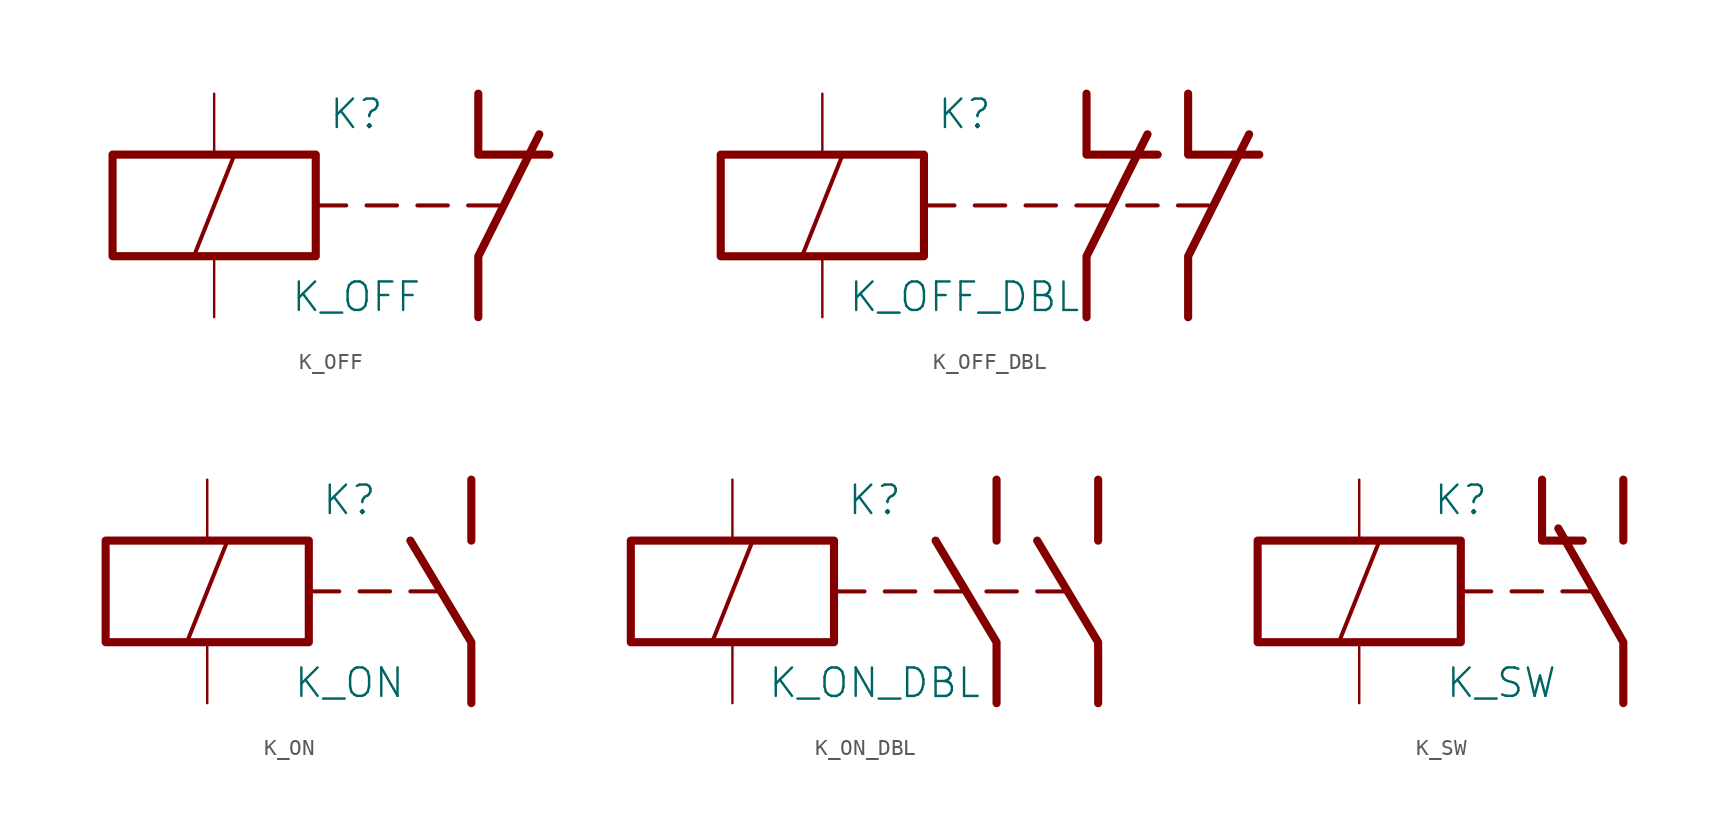
<source format=kicad_sym>
(kicad_symbol_lib
  (version 20211014)
  (generator kicad_symbol_editor)
  (symbol "K_OFF"
    (pin_names
      (offset 0))
    (property "Reference" "K"
      (at 2.54 5.08 0)
      (effects (font (size 1.778 1.778))))
    (property "Value" "K_OFF"
      (at 2.54 -6.35 0)
      (effects (font (size 1.778 1.778))))
    (symbol "K_OFF_0_1"
      (rectangle (start -12.7 2.54) (end 0 -3.81) (stroke (width 0.508) (type default) (color 0 0 0 0)) (fill (type none)))
      (polyline (pts (xy -6.35 -3.81) (xy -6.35 -7.62)) (stroke (width 0) (type default) (color 0 0 0 0)) (fill (type none)))
      (polyline (pts (xy -6.35 6.35) (xy -6.35 2.54)) (stroke (width 0) (type default) (color 0 0 0 0)) (fill (type none)))
      (polyline (pts (xy -5.08 2.54) (xy -7.62 -3.81)) (stroke (width 0.254) (type default) (color 0 0 0 0)) (fill (type none)))
      (polyline (pts (xy 0 -0.635) (xy 1.905 -0.635)) (stroke (width 0.254) (type default) (color 0 0 0 0)) (fill (type none)))
      (polyline (pts (xy 3.175 -0.635) (xy 5.08 -0.635)) (stroke (width 0.254) (type default) (color 0 0 0 0)) (fill (type none)))
      (polyline (pts (xy 6.35 -0.635) (xy 8.255 -0.635)) (stroke (width 0.254) (type default) (color 0 0 0 0)) (fill (type none)))
      (polyline (pts (xy 9.525 -0.635) (xy 11.43 -0.635)) (stroke (width 0.254) (type default) (color 0 0 0 0)) (fill (type none)))
      (polyline (pts (xy 10.16 -7.62) (xy 10.16 -3.81) (xy 13.97 3.81)) (stroke (width 0.508) (type default) (color 0 0 0 0)) (fill (type none)))
      (polyline (pts (xy 10.16 6.35) (xy 10.16 2.54) (xy 14.605 2.54)) (stroke (width 0.508) (type default) (color 0 0 0 0)) (fill (type none))))
    (symbol "K_OFF_1_1"
      (pin passive line (at -6.35 6.35 270) (length 2.54) hide (name "~" (effects (font (size 1.27 1.27)))) (number "1" (effects (font (size 1.27 1.27)))))
      (pin passive line (at -6.35 -7.62 90) (length 2.54) hide (name "~" (effects (font (size 1.27 1.27)))) (number "2" (effects (font (size 1.27 1.27)))))
      (pin passive line (at 10.16 6.35 270) (length 2.54) hide (name "~" (effects (font (size 1.27 1.27)))) (number "3" (effects (font (size 1.27 1.27)))))
      (pin passive line (at 10.16 -7.62 90) (length 2.54) hide (name "~" (effects (font (size 1.27 1.27)))) (number "4" (effects (font (size 1.27 1.27)))))))
  (symbol "K_OFF_DBL"
    (pin_names
      (offset 0))
    (property "Reference" "K"
      (at 2.54 5.08 0)
      (effects (font (size 1.778 1.778))))
    (property "Value" "K_OFF_DBL"
      (at 2.54 -6.35 0)
      (effects (font (size 1.778 1.778))))
    (symbol "K_OFF_DBL_0_1"
      (rectangle (start -12.7 2.54) (end 0 -3.81) (stroke (width 0.508) (type default) (color 0 0 0 0)) (fill (type none)))
      (polyline (pts (xy -6.35 -3.81) (xy -6.35 -7.62)) (stroke (width 0) (type default) (color 0 0 0 0)) (fill (type none)))
      (polyline (pts (xy -6.35 6.35) (xy -6.35 2.54)) (stroke (width 0) (type default) (color 0 0 0 0)) (fill (type none)))
      (polyline (pts (xy -5.08 2.54) (xy -7.62 -3.81)) (stroke (width 0.254) (type default) (color 0 0 0 0)) (fill (type none)))
      (polyline (pts (xy 0 -0.635) (xy 1.905 -0.635)) (stroke (width 0.254) (type default) (color 0 0 0 0)) (fill (type none)))
      (polyline (pts (xy 3.175 -0.635) (xy 5.08 -0.635)) (stroke (width 0.254) (type default) (color 0 0 0 0)) (fill (type none)))
      (polyline (pts (xy 6.35 -0.635) (xy 8.255 -0.635)) (stroke (width 0.254) (type default) (color 0 0 0 0)) (fill (type none)))
      (polyline (pts (xy 9.525 -0.635) (xy 11.43 -0.635)) (stroke (width 0.254) (type default) (color 0 0 0 0)) (fill (type none)))
      (polyline (pts (xy 12.7 -0.635) (xy 14.605 -0.635)) (stroke (width 0.254) (type default) (color 0 0 0 0)) (fill (type none)))
      (polyline (pts (xy 15.875 -0.635) (xy 17.78 -0.635)) (stroke (width 0.254) (type default) (color 0 0 0 0)) (fill (type none)))
      (polyline (pts (xy 10.16 -7.62) (xy 10.16 -3.81) (xy 13.97 3.81)) (stroke (width 0.508) (type default) (color 0 0 0 0)) (fill (type none)))
      (polyline (pts (xy 10.16 6.35) (xy 10.16 2.54) (xy 14.605 2.54)) (stroke (width 0.508) (type default) (color 0 0 0 0)) (fill (type none)))
      (polyline (pts (xy 16.51 -7.62) (xy 16.51 -3.81) (xy 20.32 3.81)) (stroke (width 0.508) (type default) (color 0 0 0 0)) (fill (type none)))
      (polyline (pts (xy 16.51 6.35) (xy 16.51 2.54) (xy 20.955 2.54)) (stroke (width 0.508) (type default) (color 0 0 0 0)) (fill (type none))))
    (symbol "K_OFF_DBL_1_1"
      (pin passive line (at -6.35 6.35 270) (length 2.54) hide (name "~" (effects (font (size 1.27 1.27)))) (number "1" (effects (font (size 1.27 1.27)))))
      (pin passive line (at -6.35 -7.62 90) (length 2.54) hide (name "~" (effects (font (size 1.27 1.27)))) (number "2" (effects (font (size 1.27 1.27)))))
      (pin passive line (at 10.16 6.35 270) (length 2.54) hide (name "~" (effects (font (size 1.27 1.27)))) (number "3" (effects (font (size 1.27 1.27)))))
      (pin passive line (at 10.16 -7.62 90) (length 2.54) hide (name "~" (effects (font (size 1.27 1.27)))) (number "4" (effects (font (size 1.27 1.27)))))
      (pin passive line (at 16.51 6.35 270) (length 2.54) hide (name "~" (effects (font (size 1.27 1.27)))) (number "5" (effects (font (size 1.27 1.27)))))
      (pin passive line (at 16.51 -7.62 90) (length 2.54) hide (name "~" (effects (font (size 1.27 1.27)))) (number "6" (effects (font (size 1.27 1.27)))))))
  (symbol "K_ON"
    (pin_names
      (offset 0))
    (property "Reference" "K"
      (at 2.54 5.08 0)
      (effects (font (size 1.778 1.778))))
    (property "Value" "K_ON"
      (at 2.54 -6.35 0)
      (effects (font (size 1.778 1.778))))
    (symbol "K_ON_0_1"
      (rectangle (start -12.7 -3.81) (end 0 2.54) (stroke (width 0.508) (type default) (color 0 0 0 0)) (fill (type none)))
      (polyline (pts (xy -7.62 -3.81) (xy -5.08 2.54)) (stroke (width 0.254) (type default) (color 0 0 0 0)) (fill (type none)))
      (polyline (pts (xy -6.35 -7.62) (xy -6.35 -3.81)) (stroke (width 0) (type default) (color 0 0 0 0)) (fill (type none)))
      (polyline (pts (xy -6.35 2.54) (xy -6.35 6.35)) (stroke (width 0) (type default) (color 0 0 0 0)) (fill (type none)))
      (polyline (pts (xy 0 -0.635) (xy 1.905 -0.635)) (stroke (width 0.254) (type default) (color 0 0 0 0)) (fill (type none)))
      (polyline (pts (xy 5.08 -0.635) (xy 3.175 -0.635)) (stroke (width 0.254) (type default) (color 0 0 0 0)) (fill (type none)))
      (polyline (pts (xy 8.255 -0.635) (xy 6.35 -0.635)) (stroke (width 0.254) (type default) (color 0 0 0 0)) (fill (type none)))
      (polyline (pts (xy 10.16 6.35) (xy 10.16 2.54)) (stroke (width 0.508) (type default) (color 0 0 0 0)) (fill (type none)))
      (polyline (pts (xy 10.16 -7.62) (xy 10.16 -3.81) (xy 6.35 2.54)) (stroke (width 0.508) (type default) (color 0 0 0 0)) (fill (type none))))
    (symbol "K_ON_1_1"
      (pin passive line (at -6.35 6.35 270) (length 2.54) hide (name "~" (effects (font (size 1.27 1.27)))) (number "1" (effects (font (size 1.27 1.27)))))
      (pin passive line (at -6.35 -7.62 90) (length 2.54) hide (name "~" (effects (font (size 1.27 1.27)))) (number "2" (effects (font (size 1.27 1.27)))))
      (pin passive line (at 10.16 6.35 270) (length 2.54) hide (name "~" (effects (font (size 1.27 1.27)))) (number "3" (effects (font (size 1.27 1.27)))))
      (pin passive line (at 10.16 -7.62 90) (length 2.54) hide (name "~" (effects (font (size 1.27 1.27)))) (number "4" (effects (font (size 1.27 1.27)))))))
  (symbol "K_ON_DBL"
    (pin_names
      (offset 0))
    (property "Reference" "K"
      (at 2.54 5.08 0)
      (effects (font (size 1.778 1.778))))
    (property "Value" "K_ON_DBL"
      (at 2.54 -6.35 0)
      (effects (font (size 1.778 1.778))))
    (symbol "K_ON_DBL_0_1"
      (rectangle (start -12.7 -3.81) (end 0 2.54) (stroke (width 0.508) (type default) (color 0 0 0 0)) (fill (type none)))
      (polyline (pts (xy -7.62 -3.81) (xy -5.08 2.54)) (stroke (width 0.254) (type default) (color 0 0 0 0)) (fill (type none)))
      (polyline (pts (xy -6.35 -7.62) (xy -6.35 -3.81)) (stroke (width 0) (type default) (color 0 0 0 0)) (fill (type none)))
      (polyline (pts (xy -6.35 2.54) (xy -6.35 6.35)) (stroke (width 0) (type default) (color 0 0 0 0)) (fill (type none)))
      (polyline (pts (xy 0 -0.635) (xy 1.905 -0.635)) (stroke (width 0.254) (type default) (color 0 0 0 0)) (fill (type none)))
      (polyline (pts (xy 5.08 -0.635) (xy 3.175 -0.635)) (stroke (width 0.254) (type default) (color 0 0 0 0)) (fill (type none)))
      (polyline (pts (xy 8.255 -0.635) (xy 6.35 -0.635)) (stroke (width 0.254) (type default) (color 0 0 0 0)) (fill (type none)))
      (polyline (pts (xy 10.16 6.35) (xy 10.16 2.54)) (stroke (width 0.508) (type default) (color 0 0 0 0)) (fill (type none)))
      (polyline (pts (xy 11.43 -0.635) (xy 9.525 -0.635)) (stroke (width 0.254) (type default) (color 0 0 0 0)) (fill (type none)))
      (polyline (pts (xy 14.605 -0.635) (xy 12.7 -0.635)) (stroke (width 0.254) (type default) (color 0 0 0 0)) (fill (type none)))
      (polyline (pts (xy 16.51 6.35) (xy 16.51 2.54)) (stroke (width 0.508) (type default) (color 0 0 0 0)) (fill (type none)))
      (polyline (pts (xy 10.16 -7.62) (xy 10.16 -3.81) (xy 6.35 2.54)) (stroke (width 0.508) (type default) (color 0 0 0 0)) (fill (type none)))
      (polyline (pts (xy 16.51 -7.62) (xy 16.51 -3.81) (xy 12.7 2.54)) (stroke (width 0.508) (type default) (color 0 0 0 0)) (fill (type none))))
    (symbol "K_ON_DBL_1_1"
      (pin passive line (at -6.35 6.35 270) (length 2.54) hide (name "~" (effects (font (size 1.27 1.27)))) (number "1" (effects (font (size 1.27 1.27)))))
      (pin passive line (at -6.35 -7.62 90) (length 2.54) hide (name "~" (effects (font (size 1.27 1.27)))) (number "2" (effects (font (size 1.27 1.27)))))
      (pin passive line (at 10.16 6.35 270) (length 2.54) hide (name "~" (effects (font (size 1.27 1.27)))) (number "3" (effects (font (size 1.27 1.27)))))
      (pin passive line (at 10.16 -7.62 90) (length 2.54) hide (name "~" (effects (font (size 1.27 1.27)))) (number "4" (effects (font (size 1.27 1.27)))))
      (pin passive line (at 16.51 6.35 270) (length 2.54) hide (name "~" (effects (font (size 1.27 1.27)))) (number "5" (effects (font (size 1.27 1.27)))))
      (pin passive line (at 16.51 -7.62 90) (length 2.54) hide (name "~" (effects (font (size 1.27 1.27)))) (number "6" (effects (font (size 1.27 1.27)))))))
  (symbol "K_SW"
    (pin_names
      (offset 0))
    (property "Reference" "K"
      (at 0 5.08 0)
      (effects (font (size 1.778 1.778))))
    (property "Value" "K_SW"
      (at 2.54 -6.35 0)
      (effects (font (size 1.778 1.778))))
    (symbol "K_SW_0_1"
      (rectangle (start -12.7 2.54) (end 0 -3.81) (stroke (width 0.508) (type default) (color 0 0 0 0)) (fill (type none)))
      (polyline (pts (xy -6.35 -3.81) (xy -6.35 -7.62)) (stroke (width 0) (type default) (color 0 0 0 0)) (fill (type none)))
      (polyline (pts (xy -6.35 6.35) (xy -6.35 2.54)) (stroke (width 0) (type default) (color 0 0 0 0)) (fill (type none)))
      (polyline (pts (xy -5.08 2.54) (xy -7.62 -3.81)) (stroke (width 0.254) (type default) (color 0 0 0 0)) (fill (type none)))
      (polyline (pts (xy 0 -0.635) (xy 1.905 -0.635)) (stroke (width 0.254) (type default) (color 0 0 0 0)) (fill (type none)))
      (polyline (pts (xy 3.175 -0.635) (xy 5.08 -0.635)) (stroke (width 0.254) (type default) (color 0 0 0 0)) (fill (type none)))
      (polyline (pts (xy 6.35 -0.635) (xy 8.255 -0.635)) (stroke (width 0.254) (type default) (color 0 0 0 0)) (fill (type none)))
      (polyline (pts (xy 10.16 2.54) (xy 10.16 6.35)) (stroke (width 0.508) (type default) (color 0 0 0 0)) (fill (type none)))
      (polyline (pts (xy 5.08 6.35) (xy 5.08 2.54) (xy 7.62 2.54)) (stroke (width 0.508) (type default) (color 0 0 0 0)) (fill (type none)))
      (polyline (pts (xy 6.096 3.302) (xy 10.16 -3.81) (xy 10.16 -7.62)) (stroke (width 0.508) (type default) (color 0 0 0 0)) (fill (type none))))
    (symbol "K_SW_1_1"
      (pin passive line (at -6.35 6.35 270) (length 2.54) hide (name "~" (effects (font (size 1.27 1.27)))) (number "1" (effects (font (size 1.27 1.27)))))
      (pin passive line (at -6.35 -7.62 90) (length 2.54) hide (name "~" (effects (font (size 1.27 1.27)))) (number "2" (effects (font (size 1.27 1.27)))))
      (pin passive line (at 5.08 6.35 270) (length 2.54) hide (name "~" (effects (font (size 1.27 1.27)))) (number "3" (effects (font (size 1.27 1.27)))))
      (pin passive line (at 10.16 -7.62 90) (length 2.54) hide (name "~" (effects (font (size 1.27 1.27)))) (number "4" (effects (font (size 1.27 1.27)))))
      (pin passive line (at 10.16 6.35 270) (length 2.54) hide (name "~" (effects (font (size 1.27 1.27)))) (number "5" (effects (font (size 1.27 1.27))))))))
</source>
